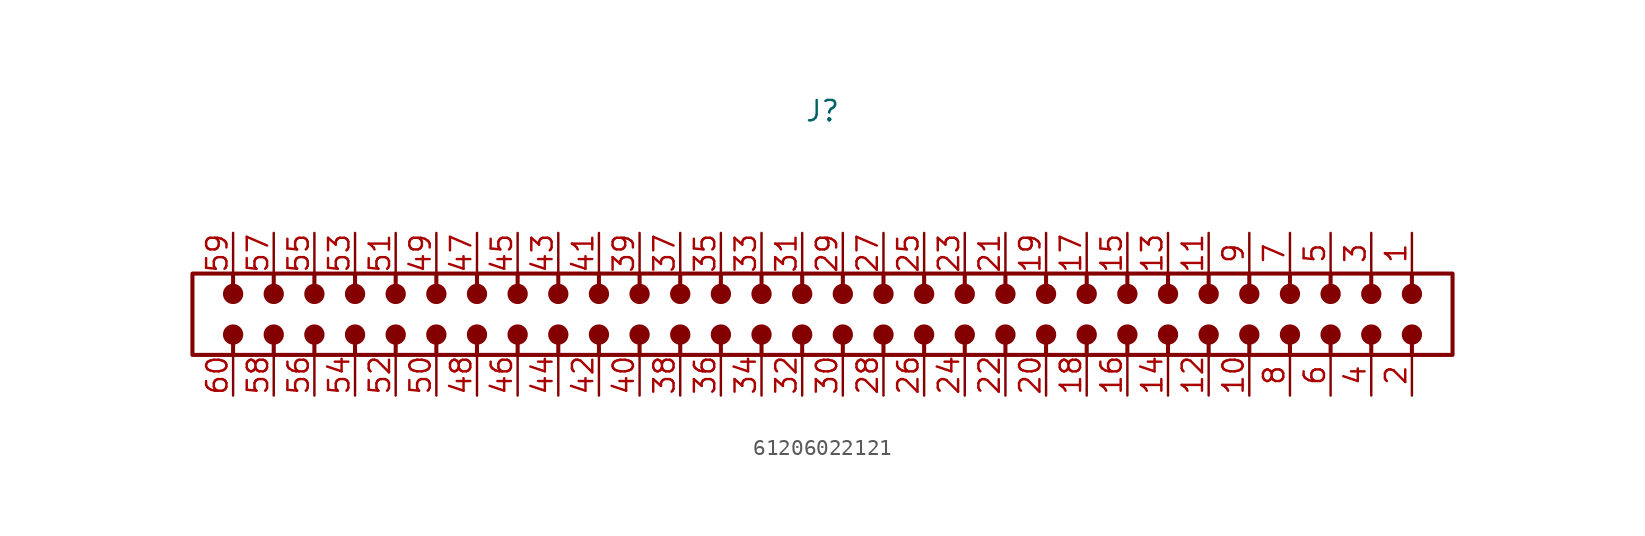
<source format=kicad_sym>
(kicad_symbol_lib
  (version 20241209)
  (generator "kicad_symbol_editor")
  (generator_version "9.0")
  (symbol "61206022121"
    (pin_names
      (hide yes))
    (property "Reference" "J"
      (at 0 12.7 0)
      (effects (font (size 1.27 1.27))))
    (symbol "61206022121_1_1"
      (rectangle (start -39.37 2.54) (end 39.37 -2.54) (stroke (width 0.254) (type solid)) (fill (type none)))
      (polyline (pts (xy -36.83 1.778) (xy -36.83 2.54)) (stroke (width 0.254) (type solid)) (fill (type none)))
      (circle (center -36.83 1.27) (radius 0.508) (stroke (width 0.254) (type solid)) (fill (type outline)))
      (circle (center -36.83 -1.27) (radius 0.508) (stroke (width 0.254) (type solid)) (fill (type outline)))
      (polyline (pts (xy -36.83 -1.778) (xy -36.83 -2.54)) (stroke (width 0.254) (type solid)) (fill (type none)))
      (polyline (pts (xy -34.29 1.778) (xy -34.29 2.54)) (stroke (width 0.254) (type solid)) (fill (type none)))
      (circle (center -34.29 1.27) (radius 0.508) (stroke (width 0.254) (type solid)) (fill (type outline)))
      (circle (center -34.29 -1.27) (radius 0.508) (stroke (width 0.254) (type solid)) (fill (type outline)))
      (polyline (pts (xy -34.29 -1.778) (xy -34.29 -2.54)) (stroke (width 0.254) (type solid)) (fill (type none)))
      (polyline (pts (xy -31.75 1.778) (xy -31.75 2.54)) (stroke (width 0.254) (type solid)) (fill (type none)))
      (circle (center -31.75 1.27) (radius 0.508) (stroke (width 0.254) (type solid)) (fill (type outline)))
      (circle (center -31.75 -1.27) (radius 0.508) (stroke (width 0.254) (type solid)) (fill (type outline)))
      (polyline (pts (xy -31.75 -1.778) (xy -31.75 -2.54)) (stroke (width 0.254) (type solid)) (fill (type none)))
      (polyline (pts (xy -29.21 1.778) (xy -29.21 2.54)) (stroke (width 0.254) (type solid)) (fill (type none)))
      (circle (center -29.21 1.27) (radius 0.508) (stroke (width 0.254) (type solid)) (fill (type outline)))
      (circle (center -29.21 -1.27) (radius 0.508) (stroke (width 0.254) (type solid)) (fill (type outline)))
      (polyline (pts (xy -29.21 -1.778) (xy -29.21 -2.54)) (stroke (width 0.254) (type solid)) (fill (type none)))
      (polyline (pts (xy -26.67 1.778) (xy -26.67 2.54)) (stroke (width 0.254) (type solid)) (fill (type none)))
      (circle (center -26.67 1.27) (radius 0.508) (stroke (width 0.254) (type solid)) (fill (type outline)))
      (circle (center -26.67 -1.27) (radius 0.508) (stroke (width 0.254) (type solid)) (fill (type outline)))
      (polyline (pts (xy -26.67 -1.778) (xy -26.67 -2.54)) (stroke (width 0.254) (type solid)) (fill (type none)))
      (polyline (pts (xy -24.13 1.778) (xy -24.13 2.54)) (stroke (width 0.254) (type solid)) (fill (type none)))
      (circle (center -24.13 1.27) (radius 0.508) (stroke (width 0.254) (type solid)) (fill (type outline)))
      (circle (center -24.13 -1.27) (radius 0.508) (stroke (width 0.254) (type solid)) (fill (type outline)))
      (polyline (pts (xy -24.13 -1.778) (xy -24.13 -2.54)) (stroke (width 0.254) (type solid)) (fill (type none)))
      (polyline (pts (xy -21.59 1.778) (xy -21.59 2.54)) (stroke (width 0.254) (type solid)) (fill (type none)))
      (circle (center -21.59 1.27) (radius 0.508) (stroke (width 0.254) (type solid)) (fill (type outline)))
      (circle (center -21.59 -1.27) (radius 0.508) (stroke (width 0.254) (type solid)) (fill (type outline)))
      (polyline (pts (xy -21.59 -1.778) (xy -21.59 -2.54)) (stroke (width 0.254) (type solid)) (fill (type none)))
      (polyline (pts (xy -19.05 1.778) (xy -19.05 2.54)) (stroke (width 0.254) (type solid)) (fill (type none)))
      (circle (center -19.05 1.27) (radius 0.508) (stroke (width 0.254) (type solid)) (fill (type outline)))
      (circle (center -19.05 -1.27) (radius 0.508) (stroke (width 0.254) (type solid)) (fill (type outline)))
      (polyline (pts (xy -19.05 -1.778) (xy -19.05 -2.54)) (stroke (width 0.254) (type solid)) (fill (type none)))
      (polyline (pts (xy -16.51 1.778) (xy -16.51 2.54)) (stroke (width 0.254) (type solid)) (fill (type none)))
      (circle (center -16.51 1.27) (radius 0.508) (stroke (width 0.254) (type solid)) (fill (type outline)))
      (circle (center -16.51 -1.27) (radius 0.508) (stroke (width 0.254) (type solid)) (fill (type outline)))
      (polyline (pts (xy -16.51 -1.778) (xy -16.51 -2.54)) (stroke (width 0.254) (type solid)) (fill (type none)))
      (polyline (pts (xy -13.97 1.778) (xy -13.97 2.54)) (stroke (width 0.254) (type solid)) (fill (type none)))
      (circle (center -13.97 1.27) (radius 0.508) (stroke (width 0.254) (type solid)) (fill (type outline)))
      (circle (center -13.97 -1.27) (radius 0.508) (stroke (width 0.254) (type solid)) (fill (type outline)))
      (polyline (pts (xy -13.97 -1.778) (xy -13.97 -2.54)) (stroke (width 0.254) (type solid)) (fill (type none)))
      (polyline (pts (xy -11.43 1.778) (xy -11.43 2.54)) (stroke (width 0.254) (type solid)) (fill (type none)))
      (circle (center -11.43 1.27) (radius 0.508) (stroke (width 0.254) (type solid)) (fill (type outline)))
      (circle (center -11.43 -1.27) (radius 0.508) (stroke (width 0.254) (type solid)) (fill (type outline)))
      (polyline (pts (xy -11.43 -1.778) (xy -11.43 -2.54)) (stroke (width 0.254) (type solid)) (fill (type none)))
      (polyline (pts (xy -8.89 1.778) (xy -8.89 2.54)) (stroke (width 0.254) (type solid)) (fill (type none)))
      (circle (center -8.89 1.27) (radius 0.508) (stroke (width 0.254) (type solid)) (fill (type outline)))
      (circle (center -8.89 -1.27) (radius 0.508) (stroke (width 0.254) (type solid)) (fill (type outline)))
      (polyline (pts (xy -8.89 -1.778) (xy -8.89 -2.54)) (stroke (width 0.254) (type solid)) (fill (type none)))
      (polyline (pts (xy -6.35 1.778) (xy -6.35 2.54)) (stroke (width 0.254) (type solid)) (fill (type none)))
      (circle (center -6.35 1.27) (radius 0.508) (stroke (width 0.254) (type solid)) (fill (type outline)))
      (circle (center -6.35 -1.27) (radius 0.508) (stroke (width 0.254) (type solid)) (fill (type outline)))
      (polyline (pts (xy -6.35 -1.778) (xy -6.35 -2.54)) (stroke (width 0.254) (type solid)) (fill (type none)))
      (polyline (pts (xy -3.81 1.778) (xy -3.81 2.54)) (stroke (width 0.254) (type solid)) (fill (type none)))
      (circle (center -3.81 1.27) (radius 0.508) (stroke (width 0.254) (type solid)) (fill (type outline)))
      (circle (center -3.81 -1.27) (radius 0.508) (stroke (width 0.254) (type solid)) (fill (type outline)))
      (polyline (pts (xy -3.81 -1.778) (xy -3.81 -2.54)) (stroke (width 0.254) (type solid)) (fill (type none)))
      (polyline (pts (xy -1.27 1.778) (xy -1.27 2.54)) (stroke (width 0.254) (type solid)) (fill (type none)))
      (circle (center -1.27 1.27) (radius 0.508) (stroke (width 0.254) (type solid)) (fill (type outline)))
      (circle (center -1.27 -1.27) (radius 0.508) (stroke (width 0.254) (type solid)) (fill (type outline)))
      (polyline (pts (xy -1.27 -1.778) (xy -1.27 -2.54)) (stroke (width 0.254) (type solid)) (fill (type none)))
      (polyline (pts (xy 1.27 1.778) (xy 1.27 2.54)) (stroke (width 0.254) (type solid)) (fill (type none)))
      (circle (center 1.27 1.27) (radius 0.508) (stroke (width 0.254) (type solid)) (fill (type outline)))
      (circle (center 1.27 -1.27) (radius 0.508) (stroke (width 0.254) (type solid)) (fill (type outline)))
      (polyline (pts (xy 1.27 -1.778) (xy 1.27 -2.54)) (stroke (width 0.254) (type solid)) (fill (type none)))
      (polyline (pts (xy 3.81 1.778) (xy 3.81 2.54)) (stroke (width 0.254) (type solid)) (fill (type none)))
      (circle (center 3.81 1.27) (radius 0.508) (stroke (width 0.254) (type solid)) (fill (type outline)))
      (circle (center 3.81 -1.27) (radius 0.508) (stroke (width 0.254) (type solid)) (fill (type outline)))
      (polyline (pts (xy 3.81 -1.778) (xy 3.81 -2.54)) (stroke (width 0.254) (type solid)) (fill (type none)))
      (polyline (pts (xy 6.35 1.778) (xy 6.35 2.54)) (stroke (width 0.254) (type solid)) (fill (type none)))
      (circle (center 6.35 1.27) (radius 0.508) (stroke (width 0.254) (type solid)) (fill (type outline)))
      (circle (center 6.35 -1.27) (radius 0.508) (stroke (width 0.254) (type solid)) (fill (type outline)))
      (polyline (pts (xy 6.35 -1.778) (xy 6.35 -2.54)) (stroke (width 0.254) (type solid)) (fill (type none)))
      (polyline (pts (xy 8.89 1.778) (xy 8.89 2.54)) (stroke (width 0.254) (type solid)) (fill (type none)))
      (circle (center 8.89 1.27) (radius 0.508) (stroke (width 0.254) (type solid)) (fill (type outline)))
      (circle (center 8.89 -1.27) (radius 0.508) (stroke (width 0.254) (type solid)) (fill (type outline)))
      (polyline (pts (xy 8.89 -1.778) (xy 8.89 -2.54)) (stroke (width 0.254) (type solid)) (fill (type none)))
      (polyline (pts (xy 11.43 1.778) (xy 11.43 2.54)) (stroke (width 0.254) (type solid)) (fill (type none)))
      (circle (center 11.43 1.27) (radius 0.508) (stroke (width 0.254) (type solid)) (fill (type outline)))
      (circle (center 11.43 -1.27) (radius 0.508) (stroke (width 0.254) (type solid)) (fill (type outline)))
      (polyline (pts (xy 11.43 -1.778) (xy 11.43 -2.54)) (stroke (width 0.254) (type solid)) (fill (type none)))
      (polyline (pts (xy 13.97 1.778) (xy 13.97 2.54)) (stroke (width 0.254) (type solid)) (fill (type none)))
      (circle (center 13.97 1.27) (radius 0.508) (stroke (width 0.254) (type solid)) (fill (type outline)))
      (circle (center 13.97 -1.27) (radius 0.508) (stroke (width 0.254) (type solid)) (fill (type outline)))
      (polyline (pts (xy 13.97 -1.778) (xy 13.97 -2.54)) (stroke (width 0.254) (type solid)) (fill (type none)))
      (polyline (pts (xy 16.51 1.778) (xy 16.51 2.54)) (stroke (width 0.254) (type solid)) (fill (type none)))
      (circle (center 16.51 1.27) (radius 0.508) (stroke (width 0.254) (type solid)) (fill (type outline)))
      (circle (center 16.51 -1.27) (radius 0.508) (stroke (width 0.254) (type solid)) (fill (type outline)))
      (polyline (pts (xy 16.51 -1.778) (xy 16.51 -2.54)) (stroke (width 0.254) (type solid)) (fill (type none)))
      (polyline (pts (xy 19.05 1.778) (xy 19.05 2.54)) (stroke (width 0.254) (type solid)) (fill (type none)))
      (circle (center 19.05 1.27) (radius 0.508) (stroke (width 0.254) (type solid)) (fill (type outline)))
      (circle (center 19.05 -1.27) (radius 0.508) (stroke (width 0.254) (type solid)) (fill (type outline)))
      (polyline (pts (xy 19.05 -1.778) (xy 19.05 -2.54)) (stroke (width 0.254) (type solid)) (fill (type none)))
      (polyline (pts (xy 21.59 1.778) (xy 21.59 2.54)) (stroke (width 0.254) (type solid)) (fill (type none)))
      (circle (center 21.59 1.27) (radius 0.508) (stroke (width 0.254) (type solid)) (fill (type outline)))
      (circle (center 21.59 -1.27) (radius 0.508) (stroke (width 0.254) (type solid)) (fill (type outline)))
      (polyline (pts (xy 21.59 -1.778) (xy 21.59 -2.54)) (stroke (width 0.254) (type solid)) (fill (type none)))
      (polyline (pts (xy 24.13 1.778) (xy 24.13 2.54)) (stroke (width 0.254) (type solid)) (fill (type none)))
      (circle (center 24.13 1.27) (radius 0.508) (stroke (width 0.254) (type solid)) (fill (type outline)))
      (circle (center 24.13 -1.27) (radius 0.508) (stroke (width 0.254) (type solid)) (fill (type outline)))
      (polyline (pts (xy 24.13 -1.778) (xy 24.13 -2.54)) (stroke (width 0.254) (type solid)) (fill (type none)))
      (polyline (pts (xy 26.67 1.778) (xy 26.67 2.54)) (stroke (width 0.254) (type solid)) (fill (type none)))
      (circle (center 26.67 1.27) (radius 0.508) (stroke (width 0.254) (type solid)) (fill (type outline)))
      (circle (center 26.67 -1.27) (radius 0.508) (stroke (width 0.254) (type solid)) (fill (type outline)))
      (polyline (pts (xy 26.67 -1.778) (xy 26.67 -2.54)) (stroke (width 0.254) (type solid)) (fill (type none)))
      (polyline (pts (xy 29.21 1.778) (xy 29.21 2.54)) (stroke (width 0.254) (type solid)) (fill (type none)))
      (circle (center 29.21 1.27) (radius 0.508) (stroke (width 0.254) (type solid)) (fill (type outline)))
      (circle (center 29.21 -1.27) (radius 0.508) (stroke (width 0.254) (type solid)) (fill (type outline)))
      (polyline (pts (xy 29.21 -1.778) (xy 29.21 -2.54)) (stroke (width 0.254) (type solid)) (fill (type none)))
      (polyline (pts (xy 31.75 1.778) (xy 31.75 2.54)) (stroke (width 0.254) (type solid)) (fill (type none)))
      (circle (center 31.75 1.27) (radius 0.508) (stroke (width 0.254) (type solid)) (fill (type outline)))
      (circle (center 31.75 -1.27) (radius 0.508) (stroke (width 0.254) (type solid)) (fill (type outline)))
      (polyline (pts (xy 31.75 -1.778) (xy 31.75 -2.54)) (stroke (width 0.254) (type solid)) (fill (type none)))
      (polyline (pts (xy 34.29 1.778) (xy 34.29 2.54)) (stroke (width 0.254) (type solid)) (fill (type none)))
      (circle (center 34.29 1.27) (radius 0.508) (stroke (width 0.254) (type solid)) (fill (type outline)))
      (circle (center 34.29 -1.27) (radius 0.508) (stroke (width 0.254) (type solid)) (fill (type outline)))
      (polyline (pts (xy 34.29 -1.778) (xy 34.29 -2.54)) (stroke (width 0.254) (type solid)) (fill (type none)))
      (polyline (pts (xy 36.83 1.778) (xy 36.83 2.54)) (stroke (width 0.254) (type solid)) (fill (type none)))
      (circle (center 36.83 1.27) (radius 0.508) (stroke (width 0.254) (type solid)) (fill (type outline)))
      (circle (center 36.83 -1.27) (radius 0.508) (stroke (width 0.254) (type solid)) (fill (type outline)))
      (polyline (pts (xy 36.83 -1.778) (xy 36.83 -2.54)) (stroke (width 0.254) (type solid)) (fill (type none)))
      (pin passive line (at -36.83 5.08 270) (length 2.54) (name "59" (effects (font (size 1.27 1.27)))) (number "59" (effects (font (size 1.27 1.27)))))
      (pin passive line (at -36.83 -5.08 90) (length 2.54) (name "60" (effects (font (size 1.27 1.27)))) (number "60" (effects (font (size 1.27 1.27)))))
      (pin passive line (at -34.29 5.08 270) (length 2.54) (name "57" (effects (font (size 1.27 1.27)))) (number "57" (effects (font (size 1.27 1.27)))))
      (pin passive line (at -34.29 -5.08 90) (length 2.54) (name "58" (effects (font (size 1.27 1.27)))) (number "58" (effects (font (size 1.27 1.27)))))
      (pin passive line (at -31.75 5.08 270) (length 2.54) (name "55" (effects (font (size 1.27 1.27)))) (number "55" (effects (font (size 1.27 1.27)))))
      (pin passive line (at -31.75 -5.08 90) (length 2.54) (name "56" (effects (font (size 1.27 1.27)))) (number "56" (effects (font (size 1.27 1.27)))))
      (pin passive line (at -29.21 5.08 270) (length 2.54) (name "53" (effects (font (size 1.27 1.27)))) (number "53" (effects (font (size 1.27 1.27)))))
      (pin passive line (at -29.21 -5.08 90) (length 2.54) (name "54" (effects (font (size 1.27 1.27)))) (number "54" (effects (font (size 1.27 1.27)))))
      (pin passive line (at -26.67 5.08 270) (length 2.54) (name "51" (effects (font (size 1.27 1.27)))) (number "51" (effects (font (size 1.27 1.27)))))
      (pin passive line (at -26.67 -5.08 90) (length 2.54) (name "52" (effects (font (size 1.27 1.27)))) (number "52" (effects (font (size 1.27 1.27)))))
      (pin passive line (at -24.13 5.08 270) (length 2.54) (name "49" (effects (font (size 1.27 1.27)))) (number "49" (effects (font (size 1.27 1.27)))))
      (pin passive line (at -24.13 -5.08 90) (length 2.54) (name "50" (effects (font (size 1.27 1.27)))) (number "50" (effects (font (size 1.27 1.27)))))
      (pin passive line (at -21.59 5.08 270) (length 2.54) (name "47" (effects (font (size 1.27 1.27)))) (number "47" (effects (font (size 1.27 1.27)))))
      (pin passive line (at -21.59 -5.08 90) (length 2.54) (name "48" (effects (font (size 1.27 1.27)))) (number "48" (effects (font (size 1.27 1.27)))))
      (pin passive line (at -19.05 5.08 270) (length 2.54) (name "45" (effects (font (size 1.27 1.27)))) (number "45" (effects (font (size 1.27 1.27)))))
      (pin passive line (at -19.05 -5.08 90) (length 2.54) (name "46" (effects (font (size 1.27 1.27)))) (number "46" (effects (font (size 1.27 1.27)))))
      (pin passive line (at -16.51 5.08 270) (length 2.54) (name "43" (effects (font (size 1.27 1.27)))) (number "43" (effects (font (size 1.27 1.27)))))
      (pin passive line (at -16.51 -5.08 90) (length 2.54) (name "44" (effects (font (size 1.27 1.27)))) (number "44" (effects (font (size 1.27 1.27)))))
      (pin passive line (at -13.97 5.08 270) (length 2.54) (name "41" (effects (font (size 1.27 1.27)))) (number "41" (effects (font (size 1.27 1.27)))))
      (pin passive line (at -13.97 -5.08 90) (length 2.54) (name "42" (effects (font (size 1.27 1.27)))) (number "42" (effects (font (size 1.27 1.27)))))
      (pin passive line (at -11.43 5.08 270) (length 2.54) (name "39" (effects (font (size 1.27 1.27)))) (number "39" (effects (font (size 1.27 1.27)))))
      (pin passive line (at -11.43 -5.08 90) (length 2.54) (name "40" (effects (font (size 1.27 1.27)))) (number "40" (effects (font (size 1.27 1.27)))))
      (pin passive line (at -8.89 5.08 270) (length 2.54) (name "37" (effects (font (size 1.27 1.27)))) (number "37" (effects (font (size 1.27 1.27)))))
      (pin passive line (at -8.89 -5.08 90) (length 2.54) (name "38" (effects (font (size 1.27 1.27)))) (number "38" (effects (font (size 1.27 1.27)))))
      (pin passive line (at -6.35 5.08 270) (length 2.54) (name "35" (effects (font (size 1.27 1.27)))) (number "35" (effects (font (size 1.27 1.27)))))
      (pin passive line (at -6.35 -5.08 90) (length 2.54) (name "36" (effects (font (size 1.27 1.27)))) (number "36" (effects (font (size 1.27 1.27)))))
      (pin passive line (at -3.81 5.08 270) (length 2.54) (name "33" (effects (font (size 1.27 1.27)))) (number "33" (effects (font (size 1.27 1.27)))))
      (pin passive line (at -3.81 -5.08 90) (length 2.54) (name "34" (effects (font (size 1.27 1.27)))) (number "34" (effects (font (size 1.27 1.27)))))
      (pin passive line (at -1.27 5.08 270) (length 2.54) (name "31" (effects (font (size 1.27 1.27)))) (number "31" (effects (font (size 1.27 1.27)))))
      (pin passive line (at -1.27 -5.08 90) (length 2.54) (name "32" (effects (font (size 1.27 1.27)))) (number "32" (effects (font (size 1.27 1.27)))))
      (pin passive line (at 1.27 5.08 270) (length 2.54) (name "29" (effects (font (size 1.27 1.27)))) (number "29" (effects (font (size 1.27 1.27)))))
      (pin passive line (at 1.27 -5.08 90) (length 2.54) (name "30" (effects (font (size 1.27 1.27)))) (number "30" (effects (font (size 1.27 1.27)))))
      (pin passive line (at 3.81 5.08 270) (length 2.54) (name "27" (effects (font (size 1.27 1.27)))) (number "27" (effects (font (size 1.27 1.27)))))
      (pin passive line (at 3.81 -5.08 90) (length 2.54) (name "28" (effects (font (size 1.27 1.27)))) (number "28" (effects (font (size 1.27 1.27)))))
      (pin passive line (at 6.35 5.08 270) (length 2.54) (name "25" (effects (font (size 1.27 1.27)))) (number "25" (effects (font (size 1.27 1.27)))))
      (pin passive line (at 6.35 -5.08 90) (length 2.54) (name "26" (effects (font (size 1.27 1.27)))) (number "26" (effects (font (size 1.27 1.27)))))
      (pin passive line (at 8.89 5.08 270) (length 2.54) (name "23" (effects (font (size 1.27 1.27)))) (number "23" (effects (font (size 1.27 1.27)))))
      (pin passive line (at 8.89 -5.08 90) (length 2.54) (name "24" (effects (font (size 1.27 1.27)))) (number "24" (effects (font (size 1.27 1.27)))))
      (pin passive line (at 11.43 5.08 270) (length 2.54) (name "21" (effects (font (size 1.27 1.27)))) (number "21" (effects (font (size 1.27 1.27)))))
      (pin passive line (at 11.43 -5.08 90) (length 2.54) (name "22" (effects (font (size 1.27 1.27)))) (number "22" (effects (font (size 1.27 1.27)))))
      (pin passive line (at 13.97 5.08 270) (length 2.54) (name "19" (effects (font (size 1.27 1.27)))) (number "19" (effects (font (size 1.27 1.27)))))
      (pin passive line (at 13.97 -5.08 90) (length 2.54) (name "20" (effects (font (size 1.27 1.27)))) (number "20" (effects (font (size 1.27 1.27)))))
      (pin passive line (at 16.51 5.08 270) (length 2.54) (name "17" (effects (font (size 1.27 1.27)))) (number "17" (effects (font (size 1.27 1.27)))))
      (pin passive line (at 16.51 -5.08 90) (length 2.54) (name "18" (effects (font (size 1.27 1.27)))) (number "18" (effects (font (size 1.27 1.27)))))
      (pin passive line (at 19.05 5.08 270) (length 2.54) (name "15" (effects (font (size 1.27 1.27)))) (number "15" (effects (font (size 1.27 1.27)))))
      (pin passive line (at 19.05 -5.08 90) (length 2.54) (name "16" (effects (font (size 1.27 1.27)))) (number "16" (effects (font (size 1.27 1.27)))))
      (pin passive line (at 21.59 5.08 270) (length 2.54) (name "13" (effects (font (size 1.27 1.27)))) (number "13" (effects (font (size 1.27 1.27)))))
      (pin passive line (at 21.59 -5.08 90) (length 2.54) (name "14" (effects (font (size 1.27 1.27)))) (number "14" (effects (font (size 1.27 1.27)))))
      (pin passive line (at 24.13 5.08 270) (length 2.54) (name "11" (effects (font (size 1.27 1.27)))) (number "11" (effects (font (size 1.27 1.27)))))
      (pin passive line (at 24.13 -5.08 90) (length 2.54) (name "12" (effects (font (size 1.27 1.27)))) (number "12" (effects (font (size 1.27 1.27)))))
      (pin passive line (at 26.67 5.08 270) (length 2.54) (name "9" (effects (font (size 1.27 1.27)))) (number "9" (effects (font (size 1.27 1.27)))))
      (pin passive line (at 26.67 -5.08 90) (length 2.54) (name "10" (effects (font (size 1.27 1.27)))) (number "10" (effects (font (size 1.27 1.27)))))
      (pin passive line (at 29.21 5.08 270) (length 2.54) (name "7" (effects (font (size 1.27 1.27)))) (number "7" (effects (font (size 1.27 1.27)))))
      (pin passive line (at 29.21 -5.08 90) (length 2.54) (name "8" (effects (font (size 1.27 1.27)))) (number "8" (effects (font (size 1.27 1.27)))))
      (pin passive line (at 31.75 5.08 270) (length 2.54) (name "5" (effects (font (size 1.27 1.27)))) (number "5" (effects (font (size 1.27 1.27)))))
      (pin passive line (at 31.75 -5.08 90) (length 2.54) (name "6" (effects (font (size 1.27 1.27)))) (number "6" (effects (font (size 1.27 1.27)))))
      (pin passive line (at 34.29 5.08 270) (length 2.54) (name "3" (effects (font (size 1.27 1.27)))) (number "3" (effects (font (size 1.27 1.27)))))
      (pin passive line (at 34.29 -5.08 90) (length 2.54) (name "4" (effects (font (size 1.27 1.27)))) (number "4" (effects (font (size 1.27 1.27)))))
      (pin passive line (at 36.83 5.08 270) (length 2.54) (name "1" (effects (font (size 1.27 1.27)))) (number "1" (effects (font (size 1.27 1.27)))))
      (pin passive line (at 36.83 -5.08 90) (length 2.54) (name "2" (effects (font (size 1.27 1.27)))) (number "2" (effects (font (size 1.27 1.27))))))))
</source>
